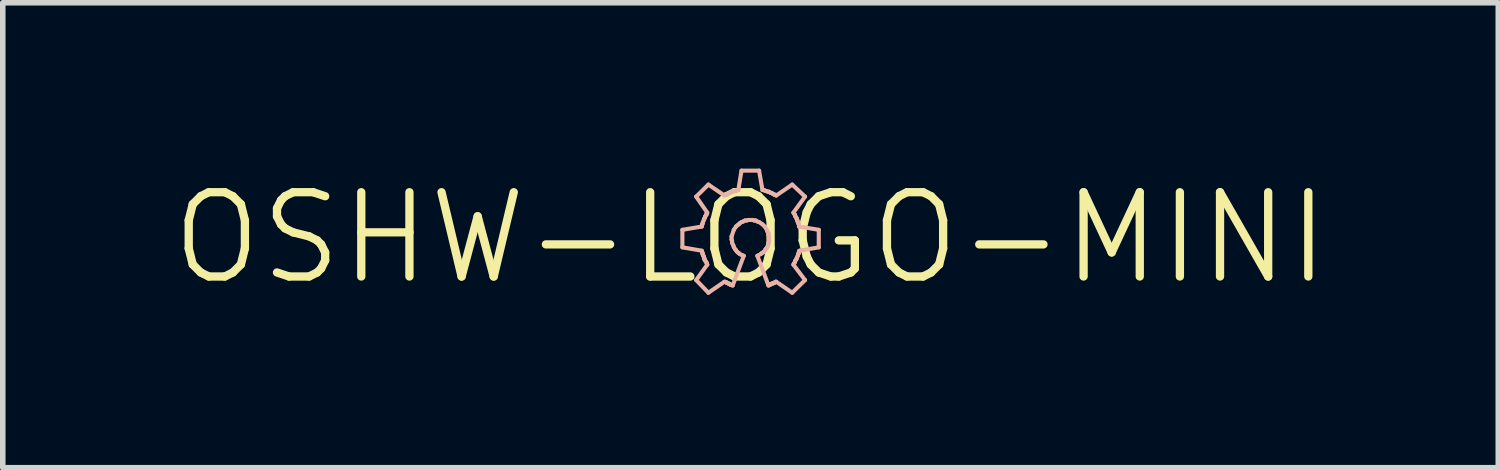
<source format=kicad_pcb>
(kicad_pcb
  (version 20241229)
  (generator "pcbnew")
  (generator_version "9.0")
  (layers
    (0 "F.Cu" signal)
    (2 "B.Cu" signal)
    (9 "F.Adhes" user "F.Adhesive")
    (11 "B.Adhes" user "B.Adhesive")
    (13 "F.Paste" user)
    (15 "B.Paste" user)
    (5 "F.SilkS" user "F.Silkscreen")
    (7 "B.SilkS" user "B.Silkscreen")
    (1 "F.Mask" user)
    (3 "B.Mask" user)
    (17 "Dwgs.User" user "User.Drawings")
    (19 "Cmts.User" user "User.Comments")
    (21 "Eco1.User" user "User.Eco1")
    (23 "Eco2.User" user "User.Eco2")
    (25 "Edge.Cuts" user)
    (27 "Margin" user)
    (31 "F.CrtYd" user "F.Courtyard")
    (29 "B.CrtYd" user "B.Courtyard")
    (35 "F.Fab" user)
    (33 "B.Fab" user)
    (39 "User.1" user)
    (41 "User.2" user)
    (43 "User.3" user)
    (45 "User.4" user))
  (footprint "OSHW-LOGO-MINI"
    (layer "F.Cu")
    (at 10.523 1.253)
    (property "Reference" "OSHW-LOGO-MINI" (at 0 0 0) (layer "F.SilkS") (effects (font (size 1.524 1.524) (thickness 0.15))))
    (attr exclude_from_pos_files exclude_from_bom)
    (fp_line (start -1.232 -0.147) (end -1.232 0.17) (stroke (width 0.074) (type solid)) (layer "B.SilkS"))
    (fp_line (start -1.232 0.17) (end -0.881 0.231) (stroke (width 0.074) (type solid)) (layer "B.SilkS"))
    (fp_line (start -0.983 -0.747) (end -0.782 -0.457) (stroke (width 0.074) (type solid)) (layer "B.SilkS"))
    (fp_line (start -0.983 0.762) (end -0.762 0.991) (stroke (width 0.074) (type solid)) (layer "B.SilkS"))
    (fp_line (start -0.881 -0.226) (end -0.881 -0.206) (stroke (width 0.074) (type solid)) (layer "B.SilkS"))
    (fp_line (start -0.881 -0.206) (end -1.232 -0.147) (stroke (width 0.074) (type solid)) (layer "B.SilkS"))
    (fp_line (start -0.881 0.231) (end -0.881 0.241) (stroke (width 0.074) (type solid)) (layer "B.SilkS"))
    (fp_line (start -0.881 0.241) (end -0.871 0.262) (stroke (width 0.074) (type solid)) (layer "B.SilkS"))
    (fp_line (start -0.871 -0.257) (end -0.871 -0.246) (stroke (width 0.074) (type solid)) (layer "B.SilkS"))
    (fp_line (start -0.871 -0.246) (end -0.881 -0.226) (stroke (width 0.074) (type solid)) (layer "B.SilkS"))
    (fp_line (start -0.871 0.262) (end -0.871 0.282) (stroke (width 0.074) (type solid)) (layer "B.SilkS"))
    (fp_line (start -0.871 0.282) (end -0.861 0.292) (stroke (width 0.074) (type solid)) (layer "B.SilkS"))
    (fp_line (start -0.861 -0.287) (end -0.861 -0.277) (stroke (width 0.074) (type solid)) (layer "B.SilkS"))
    (fp_line (start -0.861 -0.277) (end -0.871 -0.257) (stroke (width 0.074) (type solid)) (layer "B.SilkS"))
    (fp_line (start -0.861 0.292) (end -0.861 0.312) (stroke (width 0.074) (type solid)) (layer "B.SilkS"))
    (fp_line (start -0.861 0.312) (end -0.851 0.323) (stroke (width 0.074) (type solid)) (layer "B.SilkS"))
    (fp_line (start -0.851 0.323) (end -0.843 0.34) (stroke (width 0.074) (type solid)) (layer "B.SilkS"))
    (fp_line (start -0.843 -0.335) (end -0.843 -0.325) (stroke (width 0.074) (type solid)) (layer "B.SilkS"))
    (fp_line (start -0.843 -0.325) (end -0.861 -0.287) (stroke (width 0.074) (type solid)) (layer "B.SilkS"))
    (fp_line (start -0.843 0.34) (end -0.843 0.361) (stroke (width 0.074) (type solid)) (layer "B.SilkS"))
    (fp_line (start -0.843 0.361) (end -0.833 0.371) (stroke (width 0.074) (type solid)) (layer "B.SilkS"))
    (fp_line (start -0.833 -0.356) (end -0.843 -0.335) (stroke (width 0.074) (type solid)) (layer "B.SilkS"))
    (fp_line (start -0.833 0.371) (end -0.833 0.391) (stroke (width 0.074) (type solid)) (layer "B.SilkS"))
    (fp_line (start -0.833 0.391) (end -0.823 0.401) (stroke (width 0.074) (type solid)) (layer "B.SilkS"))
    (fp_line (start -0.823 -0.386) (end -0.823 -0.366) (stroke (width 0.074) (type solid)) (layer "B.SilkS"))
    (fp_line (start -0.823 -0.366) (end -0.833 -0.356) (stroke (width 0.074) (type solid)) (layer "B.SilkS"))
    (fp_line (start -0.823 0.401) (end -0.813 0.422) (stroke (width 0.074) (type solid)) (layer "B.SilkS"))
    (fp_line (start -0.813 -0.396) (end -0.823 -0.386) (stroke (width 0.074) (type solid)) (layer "B.SilkS"))
    (fp_line (start -0.813 0.422) (end -0.803 0.432) (stroke (width 0.074) (type solid)) (layer "B.SilkS"))
    (fp_line (start -0.803 -0.417) (end -0.813 -0.396) (stroke (width 0.074) (type solid)) (layer "B.SilkS"))
    (fp_line (start -0.803 0.432) (end -0.792 0.452) (stroke (width 0.074) (type solid)) (layer "B.SilkS"))
    (fp_line (start -0.792 -0.447) (end -0.792 -0.427) (stroke (width 0.074) (type solid)) (layer "B.SilkS"))
    (fp_line (start -0.792 -0.427) (end -0.803 -0.417) (stroke (width 0.074) (type solid)) (layer "B.SilkS"))
    (fp_line (start -0.792 0.452) (end -0.792 0.462) (stroke (width 0.074) (type solid)) (layer "B.SilkS"))
    (fp_line (start -0.792 0.462) (end -0.782 0.483) (stroke (width 0.074) (type solid)) (layer "B.SilkS"))
    (fp_line (start -0.782 -0.457) (end -0.792 -0.447) (stroke (width 0.074) (type solid)) (layer "B.SilkS"))
    (fp_line (start -0.782 0.483) (end -0.983 0.762) (stroke (width 0.074) (type solid)) (layer "B.SilkS"))
    (fp_line (start -0.762 -0.965) (end -0.983 -0.747) (stroke (width 0.074) (type solid)) (layer "B.SilkS"))
    (fp_line (start -0.762 0.991) (end -0.472 0.792) (stroke (width 0.074) (type solid)) (layer "B.SilkS"))
    (fp_line (start -0.472 -0.767) (end -0.762 -0.965) (stroke (width 0.074) (type solid)) (layer "B.SilkS"))
    (fp_line (start -0.472 0.792) (end -0.462 0.792) (stroke (width 0.074) (type solid)) (layer "B.SilkS"))
    (fp_line (start -0.462 0.792) (end -0.452 0.8) (stroke (width 0.074) (type solid)) (layer "B.SilkS"))
    (fp_line (start -0.452 -0.777) (end -0.472 -0.767) (stroke (width 0.074) (type solid)) (layer "B.SilkS"))
    (fp_line (start -0.452 0.8) (end -0.442 0.8) (stroke (width 0.074) (type solid)) (layer "B.SilkS"))
    (fp_line (start -0.442 -0.785) (end -0.452 -0.777) (stroke (width 0.074) (type solid)) (layer "B.SilkS"))
    (fp_line (start -0.442 0.8) (end -0.432 0.81) (stroke (width 0.074) (type solid)) (layer "B.SilkS"))
    (fp_line (start -0.432 0.81) (end -0.422 0.81) (stroke (width 0.074) (type solid)) (layer "B.SilkS"))
    (fp_line (start -0.422 -0.785) (end -0.442 -0.785) (stroke (width 0.074) (type solid)) (layer "B.SilkS"))
    (fp_line (start -0.422 0.81) (end -0.411 0.82) (stroke (width 0.074) (type solid)) (layer "B.SilkS"))
    (fp_line (start -0.411 -0.795) (end -0.422 -0.785) (stroke (width 0.074) (type solid)) (layer "B.SilkS"))
    (fp_line (start -0.411 0.82) (end -0.401 0.82) (stroke (width 0.074) (type solid)) (layer "B.SilkS"))
    (fp_line (start -0.401 0.82) (end -0.391 0.831) (stroke (width 0.074) (type solid)) (layer "B.SilkS"))
    (fp_line (start -0.391 -0.805) (end -0.411 -0.795) (stroke (width 0.074) (type solid)) (layer "B.SilkS"))
    (fp_line (start -0.391 0.831) (end -0.381 0.831) (stroke (width 0.074) (type solid)) (layer "B.SilkS"))
    (fp_line (start -0.381 -0.815) (end -0.391 -0.805) (stroke (width 0.074) (type solid)) (layer "B.SilkS"))
    (fp_line (start -0.381 0.831) (end -0.373 0.841) (stroke (width 0.074) (type solid)) (layer "B.SilkS"))
    (fp_line (start -0.373 0.841) (end -0.363 0.841) (stroke (width 0.074) (type solid)) (layer "B.SilkS"))
    (fp_line (start -0.363 -0.815) (end -0.381 -0.815) (stroke (width 0.074) (type solid)) (layer "B.SilkS"))
    (fp_line (start -0.363 0.841) (end -0.353 0.851) (stroke (width 0.074) (type solid)) (layer "B.SilkS"))
    (fp_line (start -0.353 -0.826) (end -0.363 -0.815) (stroke (width 0.074) (type solid)) (layer "B.SilkS"))
    (fp_line (start -0.353 0.851) (end -0.333 0.851) (stroke (width 0.074) (type solid)) (layer "B.SilkS"))
    (fp_line (start -0.343 -0.025) (end -0.302 -0.147) (stroke (width 0.074) (type solid)) (layer "B.SilkS"))
    (fp_line (start -0.343 0.03) (end -0.343 -0.025) (stroke (width 0.074) (type solid)) (layer "B.SilkS"))
    (fp_line (start -0.333 -0.836) (end -0.353 -0.826) (stroke (width 0.074) (type solid)) (layer "B.SilkS"))
    (fp_line (start -0.333 0.061) (end -0.343 0.03) (stroke (width 0.074) (type solid)) (layer "B.SilkS"))
    (fp_line (start -0.333 0.091) (end -0.333 0.061) (stroke (width 0.074) (type solid)) (layer "B.SilkS"))
    (fp_line (start -0.333 0.851) (end -0.323 0.861) (stroke (width 0.074) (type solid)) (layer "B.SilkS"))
    (fp_line (start -0.323 -0.836) (end -0.333 -0.836) (stroke (width 0.074) (type solid)) (layer "B.SilkS"))
    (fp_line (start -0.323 0.861) (end -0.122 0.323) (stroke (width 0.074) (type solid)) (layer "B.SilkS"))
    (fp_line (start -0.312 0.132) (end -0.333 0.091) (stroke (width 0.074) (type solid)) (layer "B.SilkS"))
    (fp_line (start -0.302 -0.846) (end -0.323 -0.836) (stroke (width 0.074) (type solid)) (layer "B.SilkS"))
    (fp_line (start -0.302 -0.147) (end -0.262 -0.206) (stroke (width 0.074) (type solid)) (layer "B.SilkS"))
    (fp_line (start -0.302 0.163) (end -0.312 0.132) (stroke (width 0.074) (type solid)) (layer "B.SilkS"))
    (fp_line (start -0.282 -0.846) (end -0.302 -0.846) (stroke (width 0.074) (type solid)) (layer "B.SilkS"))
    (fp_line (start -0.282 0.201) (end -0.302 0.163) (stroke (width 0.074) (type solid)) (layer "B.SilkS"))
    (fp_line (start -0.272 -0.856) (end -0.282 -0.846) (stroke (width 0.074) (type solid)) (layer "B.SilkS"))
    (fp_line (start -0.262 -0.206) (end -0.241 -0.226) (stroke (width 0.074) (type solid)) (layer "B.SilkS"))
    (fp_line (start -0.262 0.221) (end -0.282 0.201) (stroke (width 0.074) (type solid)) (layer "B.SilkS"))
    (fp_line (start -0.251 -0.856) (end -0.272 -0.856) (stroke (width 0.074) (type solid)) (layer "B.SilkS"))
    (fp_line (start -0.251 0.241) (end -0.262 0.221) (stroke (width 0.074) (type solid)) (layer "B.SilkS"))
    (fp_line (start -0.241 -0.226) (end -0.213 -0.246) (stroke (width 0.074) (type solid)) (layer "B.SilkS"))
    (fp_line (start -0.231 -0.866) (end -0.251 -0.856) (stroke (width 0.074) (type solid)) (layer "B.SilkS"))
    (fp_line (start -0.231 0.262) (end -0.251 0.241) (stroke (width 0.074) (type solid)) (layer "B.SilkS"))
    (fp_line (start -0.221 -0.866) (end -0.231 -0.866) (stroke (width 0.074) (type solid)) (layer "B.SilkS"))
    (fp_line (start -0.213 -0.246) (end -0.193 -0.267) (stroke (width 0.074) (type solid)) (layer "B.SilkS"))
    (fp_line (start -0.213 0.272) (end -0.231 0.262) (stroke (width 0.074) (type solid)) (layer "B.SilkS"))
    (fp_line (start -0.193 -0.267) (end -0.163 -0.287) (stroke (width 0.074) (type solid)) (layer "B.SilkS"))
    (fp_line (start -0.193 0.292) (end -0.213 0.272) (stroke (width 0.074) (type solid)) (layer "B.SilkS"))
    (fp_line (start -0.163 -1.217) (end -0.221 -0.866) (stroke (width 0.074) (type solid)) (layer "B.SilkS"))
    (fp_line (start -0.163 -0.287) (end -0.132 -0.297) (stroke (width 0.074) (type solid)) (layer "B.SilkS"))
    (fp_line (start -0.152 0.312) (end -0.193 0.292) (stroke (width 0.074) (type solid)) (layer "B.SilkS"))
    (fp_line (start -0.132 -0.297) (end -0.102 -0.315) (stroke (width 0.074) (type solid)) (layer "B.SilkS"))
    (fp_line (start -0.122 0.323) (end -0.152 0.312) (stroke (width 0.074) (type solid)) (layer "B.SilkS"))
    (fp_line (start -0.102 -0.315) (end -0.071 -0.315) (stroke (width 0.074) (type solid)) (layer "B.SilkS"))
    (fp_line (start -0.071 -0.315) (end -0.033 -0.325) (stroke (width 0.074) (type solid)) (layer "B.SilkS"))
    (fp_line (start -0.033 -0.325) (end 0.036 -0.325) (stroke (width 0.074) (type solid)) (layer "B.SilkS"))
    (fp_line (start 0.036 -0.325) (end 0.066 -0.315) (stroke (width 0.074) (type solid)) (layer "B.SilkS"))
    (fp_line (start 0.066 -0.315) (end 0.097 -0.315) (stroke (width 0.074) (type solid)) (layer "B.SilkS"))
    (fp_line (start 0.097 -0.315) (end 0.124 -0.297) (stroke (width 0.074) (type solid)) (layer "B.SilkS"))
    (fp_line (start 0.124 -0.297) (end 0.155 -0.287) (stroke (width 0.074) (type solid)) (layer "B.SilkS"))
    (fp_line (start 0.124 0.323) (end 0.325 0.861) (stroke (width 0.074) (type solid)) (layer "B.SilkS"))
    (fp_line (start 0.155 -1.217) (end -0.163 -1.217) (stroke (width 0.074) (type solid)) (layer "B.SilkS"))
    (fp_line (start 0.155 -0.287) (end 0.216 -0.246) (stroke (width 0.074) (type solid)) (layer "B.SilkS"))
    (fp_line (start 0.185 0.292) (end 0.124 0.323) (stroke (width 0.074) (type solid)) (layer "B.SilkS"))
    (fp_line (start 0.206 0.272) (end 0.185 0.292) (stroke (width 0.074) (type solid)) (layer "B.SilkS"))
    (fp_line (start 0.216 -0.866) (end 0.155 -1.217) (stroke (width 0.074) (type solid)) (layer "B.SilkS"))
    (fp_line (start 0.216 -0.246) (end 0.257 -0.206) (stroke (width 0.074) (type solid)) (layer "B.SilkS"))
    (fp_line (start 0.226 0.262) (end 0.206 0.272) (stroke (width 0.074) (type solid)) (layer "B.SilkS"))
    (fp_line (start 0.236 -0.866) (end 0.216 -0.866) (stroke (width 0.074) (type solid)) (layer "B.SilkS"))
    (fp_line (start 0.257 -0.856) (end 0.236 -0.866) (stroke (width 0.074) (type solid)) (layer "B.SilkS"))
    (fp_line (start 0.257 -0.206) (end 0.295 -0.147) (stroke (width 0.074) (type solid)) (layer "B.SilkS"))
    (fp_line (start 0.264 -0.856) (end 0.257 -0.856) (stroke (width 0.074) (type solid)) (layer "B.SilkS"))
    (fp_line (start 0.264 0.221) (end 0.226 0.262) (stroke (width 0.074) (type solid)) (layer "B.SilkS"))
    (fp_line (start 0.274 0.201) (end 0.264 0.221) (stroke (width 0.074) (type solid)) (layer "B.SilkS"))
    (fp_line (start 0.284 -0.846) (end 0.264 -0.856) (stroke (width 0.074) (type solid)) (layer "B.SilkS"))
    (fp_line (start 0.295 -0.846) (end 0.284 -0.846) (stroke (width 0.074) (type solid)) (layer "B.SilkS"))
    (fp_line (start 0.295 -0.147) (end 0.305 -0.117) (stroke (width 0.074) (type solid)) (layer "B.SilkS"))
    (fp_line (start 0.295 0.18) (end 0.274 0.201) (stroke (width 0.074) (type solid)) (layer "B.SilkS"))
    (fp_line (start 0.305 -0.117) (end 0.325 -0.086) (stroke (width 0.074) (type solid)) (layer "B.SilkS"))
    (fp_line (start 0.305 0.163) (end 0.295 0.18) (stroke (width 0.074) (type solid)) (layer "B.SilkS"))
    (fp_line (start 0.315 -0.836) (end 0.295 -0.846) (stroke (width 0.074) (type solid)) (layer "B.SilkS"))
    (fp_line (start 0.315 0.132) (end 0.305 0.163) (stroke (width 0.074) (type solid)) (layer "B.SilkS"))
    (fp_line (start 0.325 -0.086) (end 0.325 -0.056) (stroke (width 0.074) (type solid)) (layer "B.SilkS"))
    (fp_line (start 0.325 -0.056) (end 0.335 -0.025) (stroke (width 0.074) (type solid)) (layer "B.SilkS"))
    (fp_line (start 0.325 0.091) (end 0.325 0.112) (stroke (width 0.074) (type solid)) (layer "B.SilkS"))
    (fp_line (start 0.325 0.112) (end 0.315 0.132) (stroke (width 0.074) (type solid)) (layer "B.SilkS"))
    (fp_line (start 0.325 0.851) (end 0.345 0.851) (stroke (width 0.074) (type solid)) (layer "B.SilkS"))
    (fp_line (start 0.325 0.861) (end 0.325 0.851) (stroke (width 0.074) (type solid)) (layer "B.SilkS"))
    (fp_line (start 0.335 -0.836) (end 0.315 -0.836) (stroke (width 0.074) (type solid)) (layer "B.SilkS"))
    (fp_line (start 0.335 -0.025) (end 0.335 0.061) (stroke (width 0.074) (type solid)) (layer "B.SilkS"))
    (fp_line (start 0.335 0.061) (end 0.325 0.091) (stroke (width 0.074) (type solid)) (layer "B.SilkS"))
    (fp_line (start 0.345 -0.826) (end 0.335 -0.836) (stroke (width 0.074) (type solid)) (layer "B.SilkS"))
    (fp_line (start 0.345 0.851) (end 0.356 0.841) (stroke (width 0.074) (type solid)) (layer "B.SilkS"))
    (fp_line (start 0.356 0.841) (end 0.366 0.841) (stroke (width 0.074) (type solid)) (layer "B.SilkS"))
    (fp_line (start 0.366 -0.815) (end 0.345 -0.826) (stroke (width 0.074) (type solid)) (layer "B.SilkS"))
    (fp_line (start 0.366 0.841) (end 0.376 0.831) (stroke (width 0.074) (type solid)) (layer "B.SilkS"))
    (fp_line (start 0.376 -0.815) (end 0.366 -0.815) (stroke (width 0.074) (type solid)) (layer "B.SilkS"))
    (fp_line (start 0.376 0.831) (end 0.386 0.831) (stroke (width 0.074) (type solid)) (layer "B.SilkS"))
    (fp_line (start 0.386 0.831) (end 0.396 0.82) (stroke (width 0.074) (type solid)) (layer "B.SilkS"))
    (fp_line (start 0.396 -0.805) (end 0.376 -0.815) (stroke (width 0.074) (type solid)) (layer "B.SilkS"))
    (fp_line (start 0.396 0.82) (end 0.417 0.82) (stroke (width 0.074) (type solid)) (layer "B.SilkS"))
    (fp_line (start 0.406 -0.795) (end 0.396 -0.805) (stroke (width 0.074) (type solid)) (layer "B.SilkS"))
    (fp_line (start 0.417 0.82) (end 0.424 0.81) (stroke (width 0.074) (type solid)) (layer "B.SilkS"))
    (fp_line (start 0.424 -0.785) (end 0.406 -0.795) (stroke (width 0.074) (type solid)) (layer "B.SilkS"))
    (fp_line (start 0.424 0.81) (end 0.434 0.81) (stroke (width 0.074) (type solid)) (layer "B.SilkS"))
    (fp_line (start 0.434 -0.785) (end 0.424 -0.785) (stroke (width 0.074) (type solid)) (layer "B.SilkS"))
    (fp_line (start 0.434 0.81) (end 0.455 0.792) (stroke (width 0.074) (type solid)) (layer "B.SilkS"))
    (fp_line (start 0.455 -0.777) (end 0.434 -0.785) (stroke (width 0.074) (type solid)) (layer "B.SilkS"))
    (fp_line (start 0.455 0.792) (end 0.465 0.792) (stroke (width 0.074) (type solid)) (layer "B.SilkS"))
    (fp_line (start 0.465 -0.767) (end 0.455 -0.777) (stroke (width 0.074) (type solid)) (layer "B.SilkS"))
    (fp_line (start 0.465 0.792) (end 0.754 0.991) (stroke (width 0.074) (type solid)) (layer "B.SilkS"))
    (fp_line (start 0.754 -0.965) (end 0.465 -0.767) (stroke (width 0.074) (type solid)) (layer "B.SilkS"))
    (fp_line (start 0.754 0.991) (end 0.986 0.762) (stroke (width 0.074) (type solid)) (layer "B.SilkS"))
    (fp_line (start 0.775 -0.457) (end 0.986 -0.747) (stroke (width 0.074) (type solid)) (layer "B.SilkS"))
    (fp_line (start 0.775 0.483) (end 0.785 0.462) (stroke (width 0.074) (type solid)) (layer "B.SilkS"))
    (fp_line (start 0.785 -0.447) (end 0.775 -0.457) (stroke (width 0.074) (type solid)) (layer "B.SilkS"))
    (fp_line (start 0.785 0.462) (end 0.795 0.452) (stroke (width 0.074) (type solid)) (layer "B.SilkS"))
    (fp_line (start 0.795 -0.427) (end 0.785 -0.447) (stroke (width 0.074) (type solid)) (layer "B.SilkS"))
    (fp_line (start 0.795 0.452) (end 0.805 0.432) (stroke (width 0.074) (type solid)) (layer "B.SilkS"))
    (fp_line (start 0.805 -0.417) (end 0.795 -0.427) (stroke (width 0.074) (type solid)) (layer "B.SilkS"))
    (fp_line (start 0.805 -0.396) (end 0.805 -0.417) (stroke (width 0.074) (type solid)) (layer "B.SilkS"))
    (fp_line (start 0.805 0.422) (end 0.815 0.401) (stroke (width 0.074) (type solid)) (layer "B.SilkS"))
    (fp_line (start 0.805 0.432) (end 0.805 0.422) (stroke (width 0.074) (type solid)) (layer "B.SilkS"))
    (fp_line (start 0.815 -0.386) (end 0.805 -0.396) (stroke (width 0.074) (type solid)) (layer "B.SilkS"))
    (fp_line (start 0.815 0.401) (end 0.826 0.391) (stroke (width 0.074) (type solid)) (layer "B.SilkS"))
    (fp_line (start 0.826 -0.366) (end 0.815 -0.386) (stroke (width 0.074) (type solid)) (layer "B.SilkS"))
    (fp_line (start 0.826 0.391) (end 0.836 0.371) (stroke (width 0.074) (type solid)) (layer "B.SilkS"))
    (fp_line (start 0.836 -0.356) (end 0.826 -0.366) (stroke (width 0.074) (type solid)) (layer "B.SilkS"))
    (fp_line (start 0.836 -0.335) (end 0.836 -0.356) (stroke (width 0.074) (type solid)) (layer "B.SilkS"))
    (fp_line (start 0.836 0.361) (end 0.856 0.323) (stroke (width 0.074) (type solid)) (layer "B.SilkS"))
    (fp_line (start 0.836 0.371) (end 0.836 0.361) (stroke (width 0.074) (type solid)) (layer "B.SilkS"))
    (fp_line (start 0.846 -0.325) (end 0.836 -0.335) (stroke (width 0.074) (type solid)) (layer "B.SilkS"))
    (fp_line (start 0.846 -0.307) (end 0.846 -0.325) (stroke (width 0.074) (type solid)) (layer "B.SilkS"))
    (fp_line (start 0.856 -0.287) (end 0.846 -0.307) (stroke (width 0.074) (type solid)) (layer "B.SilkS"))
    (fp_line (start 0.856 0.312) (end 0.866 0.292) (stroke (width 0.074) (type solid)) (layer "B.SilkS"))
    (fp_line (start 0.856 0.323) (end 0.856 0.312) (stroke (width 0.074) (type solid)) (layer "B.SilkS"))
    (fp_line (start 0.866 -0.277) (end 0.856 -0.287) (stroke (width 0.074) (type solid)) (layer "B.SilkS"))
    (fp_line (start 0.866 -0.257) (end 0.866 -0.277) (stroke (width 0.074) (type solid)) (layer "B.SilkS"))
    (fp_line (start 0.866 0.282) (end 0.876 0.262) (stroke (width 0.074) (type solid)) (layer "B.SilkS"))
    (fp_line (start 0.866 0.292) (end 0.866 0.282) (stroke (width 0.074) (type solid)) (layer "B.SilkS"))
    (fp_line (start 0.876 -0.246) (end 0.866 -0.257) (stroke (width 0.074) (type solid)) (layer "B.SilkS"))
    (fp_line (start 0.876 -0.206) (end 0.876 -0.246) (stroke (width 0.074) (type solid)) (layer "B.SilkS"))
    (fp_line (start 0.876 0.241) (end 0.886 0.231) (stroke (width 0.074) (type solid)) (layer "B.SilkS"))
    (fp_line (start 0.876 0.262) (end 0.876 0.241) (stroke (width 0.074) (type solid)) (layer "B.SilkS"))
    (fp_line (start 0.886 0.231) (end 1.234 0.17) (stroke (width 0.074) (type solid)) (layer "B.SilkS"))
    (fp_line (start 0.986 -0.747) (end 0.754 -0.965) (stroke (width 0.074) (type solid)) (layer "B.SilkS"))
    (fp_line (start 0.986 0.762) (end 0.775 0.483) (stroke (width 0.074) (type solid)) (layer "B.SilkS"))
    (fp_line (start 1.234 -0.147) (end 0.876 -0.206) (stroke (width 0.074) (type solid)) (layer "B.SilkS"))
    (fp_line (start 1.234 0.17) (end 1.234 -0.147) (stroke (width 0.074) (type solid)) (layer "B.SilkS")))
  (gr_rect
    (start -3 -3)
    (end 24.046 5.408)
    (stroke (width 0.1) (type default))
    (fill no)
    (layer "Edge.Cuts")))
</source>
